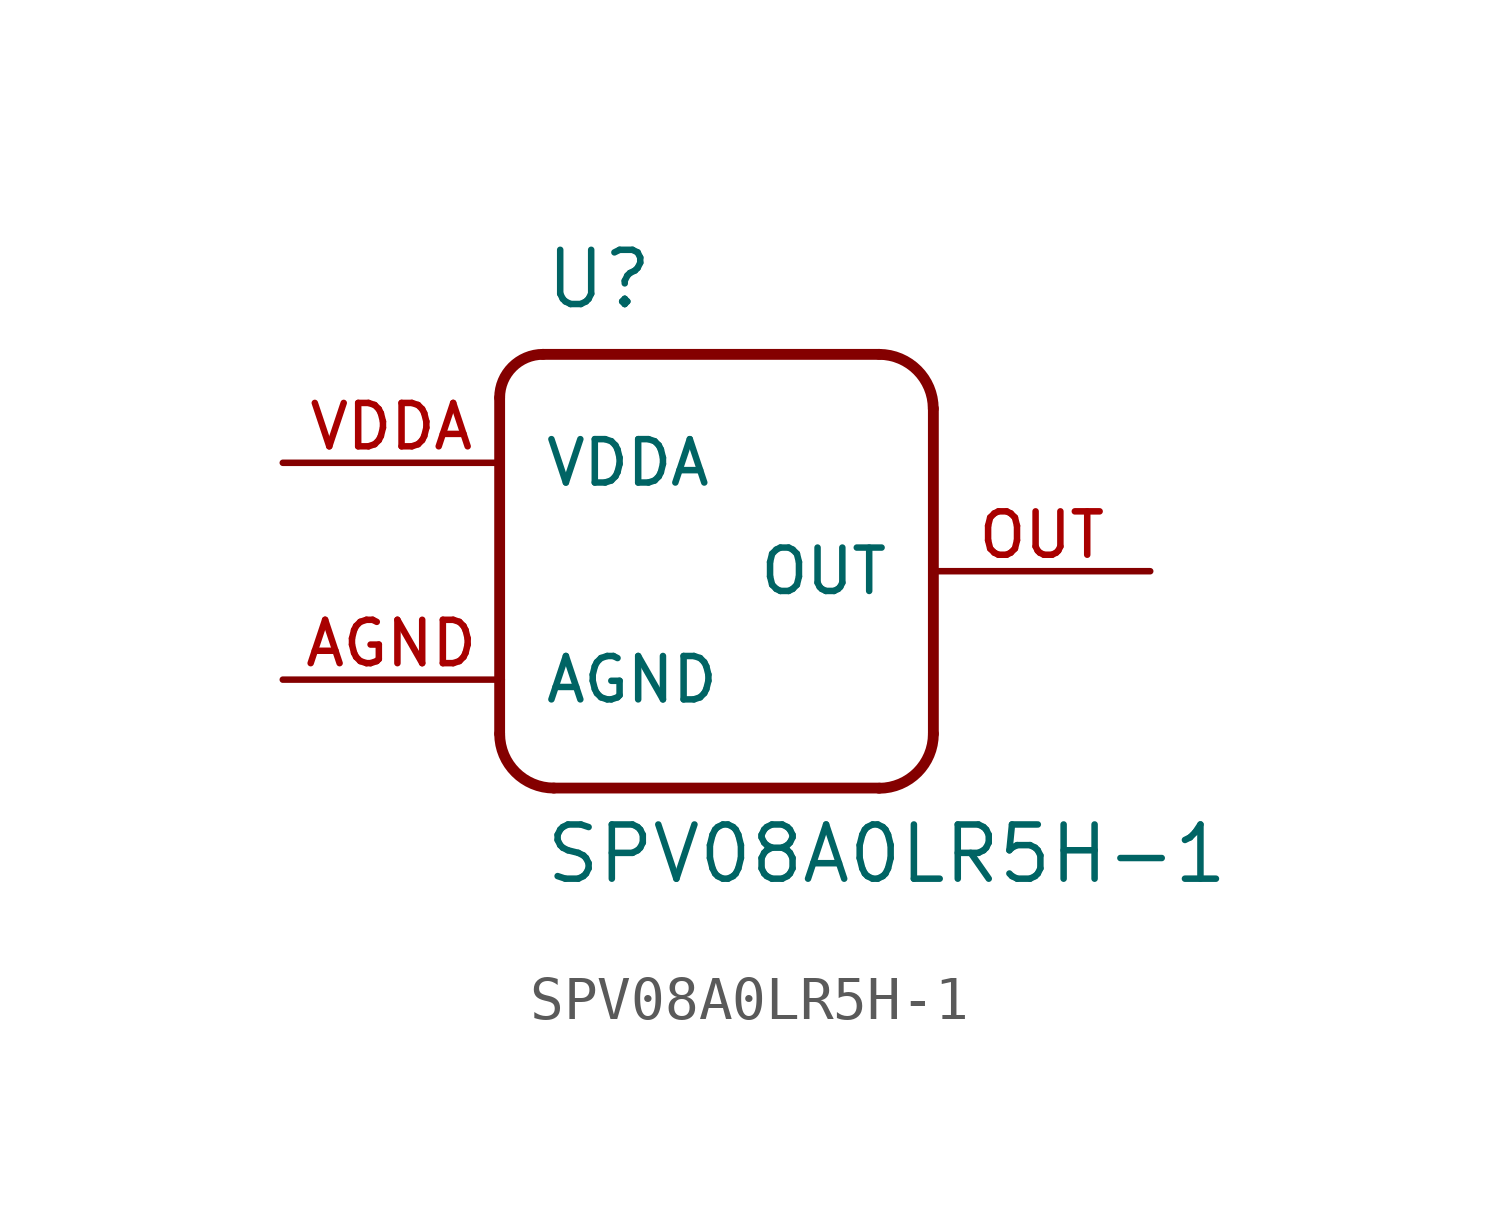
<source format=kicad_sym>
(kicad_symbol_lib
  (version 20211014)
  (generator kicad_symbol_editor)
  (symbol "SPV08A0LR5H-1"
    (pin_names
      (offset 1.016))
    (property "Reference" "U"
      (at 1.016 8.636 0)
      (effects (font (size 1.27 1.27)) (justify bottom left)))
    (property "Value" "SPV08A0LR5H-1"
      (at 1.016 -4.826 0)
      (effects (font (size 1.27 1.27)) (justify bottom left)))
    (symbol "SPV08A0LR5H-1_0_0"
      (polyline (pts (xy 0.0 0.0) (xy 0.0 6.604)) (stroke (width 0.254)))
      (arc (start 1.016 7.62) (mid 0.2976 7.3224) (end 0.0 6.604) (stroke (width 0.254) (type default) (color 0 0 0 0)) (fill (type none)))
      (polyline (pts (xy 1.016 7.62) (xy 8.89 7.62)) (stroke (width 0.254)))
      (arc (start 10.16 6.35) (mid 9.788 7.248) (end 8.89 7.62) (stroke (width 0.254) (type default) (color 0 0 0 0)) (fill (type none)))
      (polyline (pts (xy 10.16 6.35) (xy 10.16 -1.27)) (stroke (width 0.254)))
      (arc (start 8.89 -2.54) (mid 9.788 -2.168) (end 10.16 -1.27) (stroke (width 0.254) (type default) (color 0 0 0 0)) (fill (type none)))
      (polyline (pts (xy 8.89 -2.54) (xy 1.27 -2.54)) (stroke (width 0.254)))
      (arc (start 0.0 -1.27) (mid 0.372 -2.168) (end 1.27 -2.54) (stroke (width 0.254) (type default) (color 0 0 0 0)) (fill (type none)))
      (polyline (pts (xy 0.0 -1.27) (xy 0.0 0.0)) (stroke (width 0.254)))
      (pin power_in line (at -5.08 0.0 0) (length 5.08) (name "AGND" (effects (font (size 1.016 1.016)))) (number "AGND" (effects (font (size 1.016 1.016)))))
      (pin power_in line (at -5.08 5.08 0) (length 5.08) (name "VDDA" (effects (font (size 1.016 1.016)))) (number "VDDA" (effects (font (size 1.016 1.016)))))
      (pin output line (at 15.24 2.54 180.0) (length 5.08) (name "OUT" (effects (font (size 1.016 1.016)))) (number "OUT" (effects (font (size 1.016 1.016))))))))
</source>
